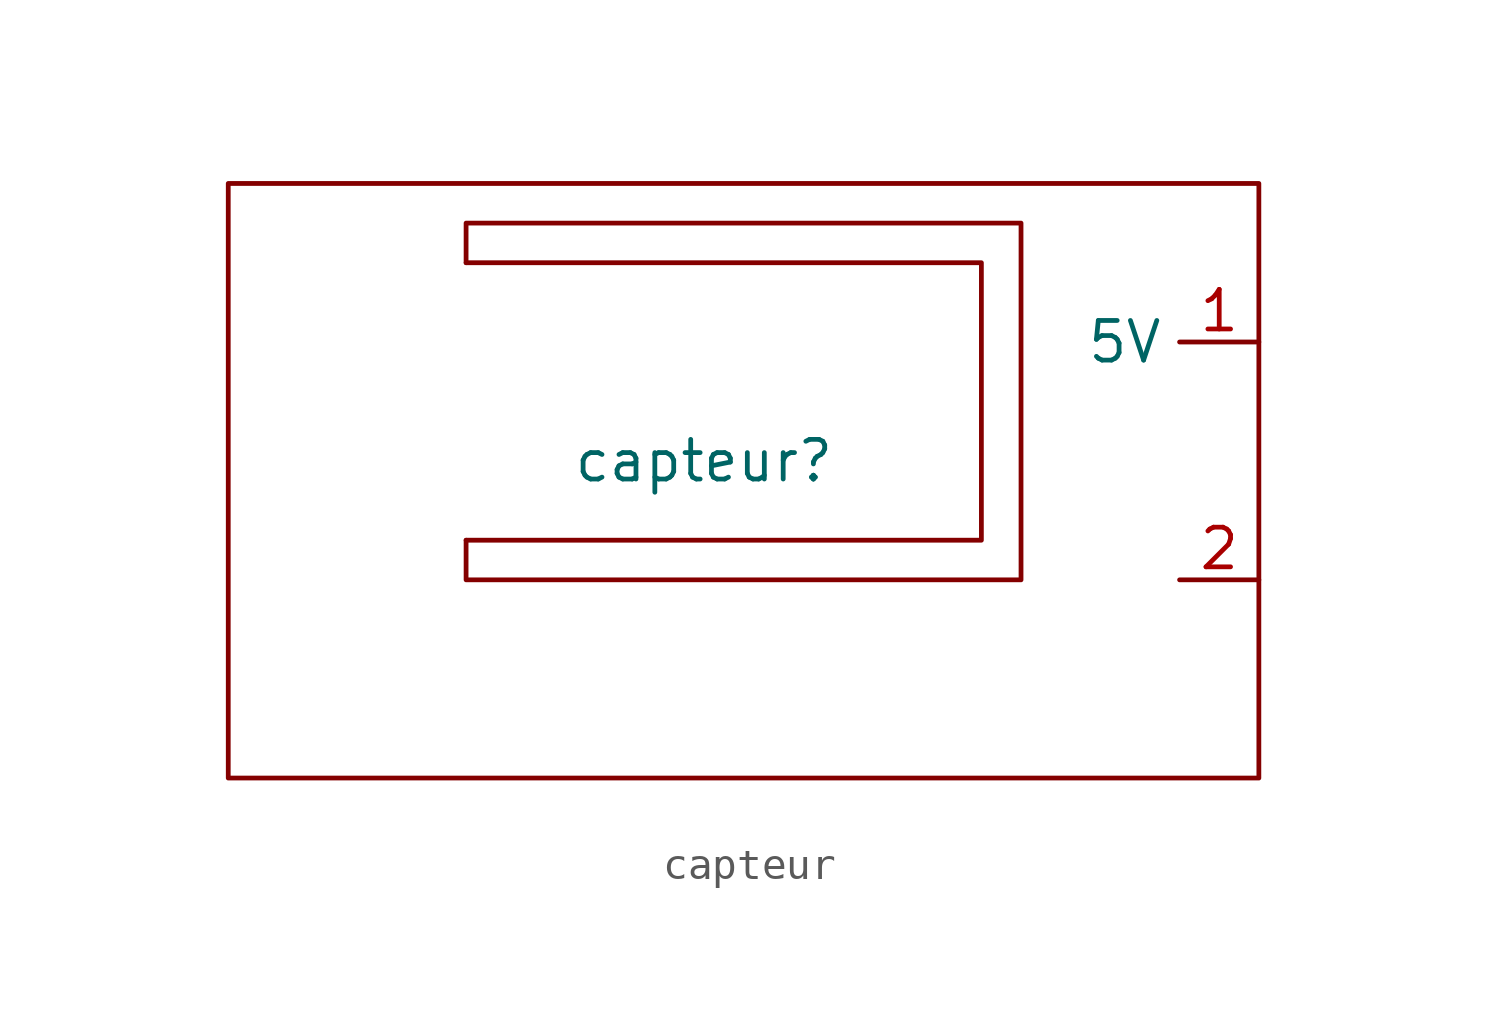
<source format=kicad_sym>
(kicad_symbol_lib
  (version 20220914)
  (generator kicad_symbol_editor)
  (symbol "capteur"
    (property "Reference" "capteur"
      (at 0 0 0)
      (effects (font (size 1.27 1.27))))
    (property "Value" ""
      (at 0 0 0)
      (effects (font (size 1.27 1.27))))
    (symbol "capteur_0_1"
      (rectangle (start -15.24 8.89) (end 17.78 -10.16) (stroke (width 0) (type default)) (fill (type none)))
      (polyline (pts (xy -7.62 6.35) (xy 8.89 6.35) (xy 8.89 -2.54) (xy -7.62 -2.54)) (stroke (width 0) (type default)) (fill (type none)))
      (polyline (pts (xy -7.62 -2.54) (xy -7.62 -3.81) (xy 10.16 -3.81) (xy 10.16 7.62) (xy -7.62 7.62) (xy -7.62 6.35)) (stroke (width 0) (type default)) (fill (type none))))
    (symbol "capteur_1_1"
      (pin passive line (at 17.78 3.81 180) (length 2.54) (name "5V" (effects (font (size 1.27 1.27)))) (number "1" (effects (font (size 1.27 1.27)))))
      (pin passive line (at 17.78 -3.81 180) (length 2.54) (name "" (effects (font (size 1.27 1.27)))) (number "2" (effects (font (size 1.27 1.27))))))))
</source>
